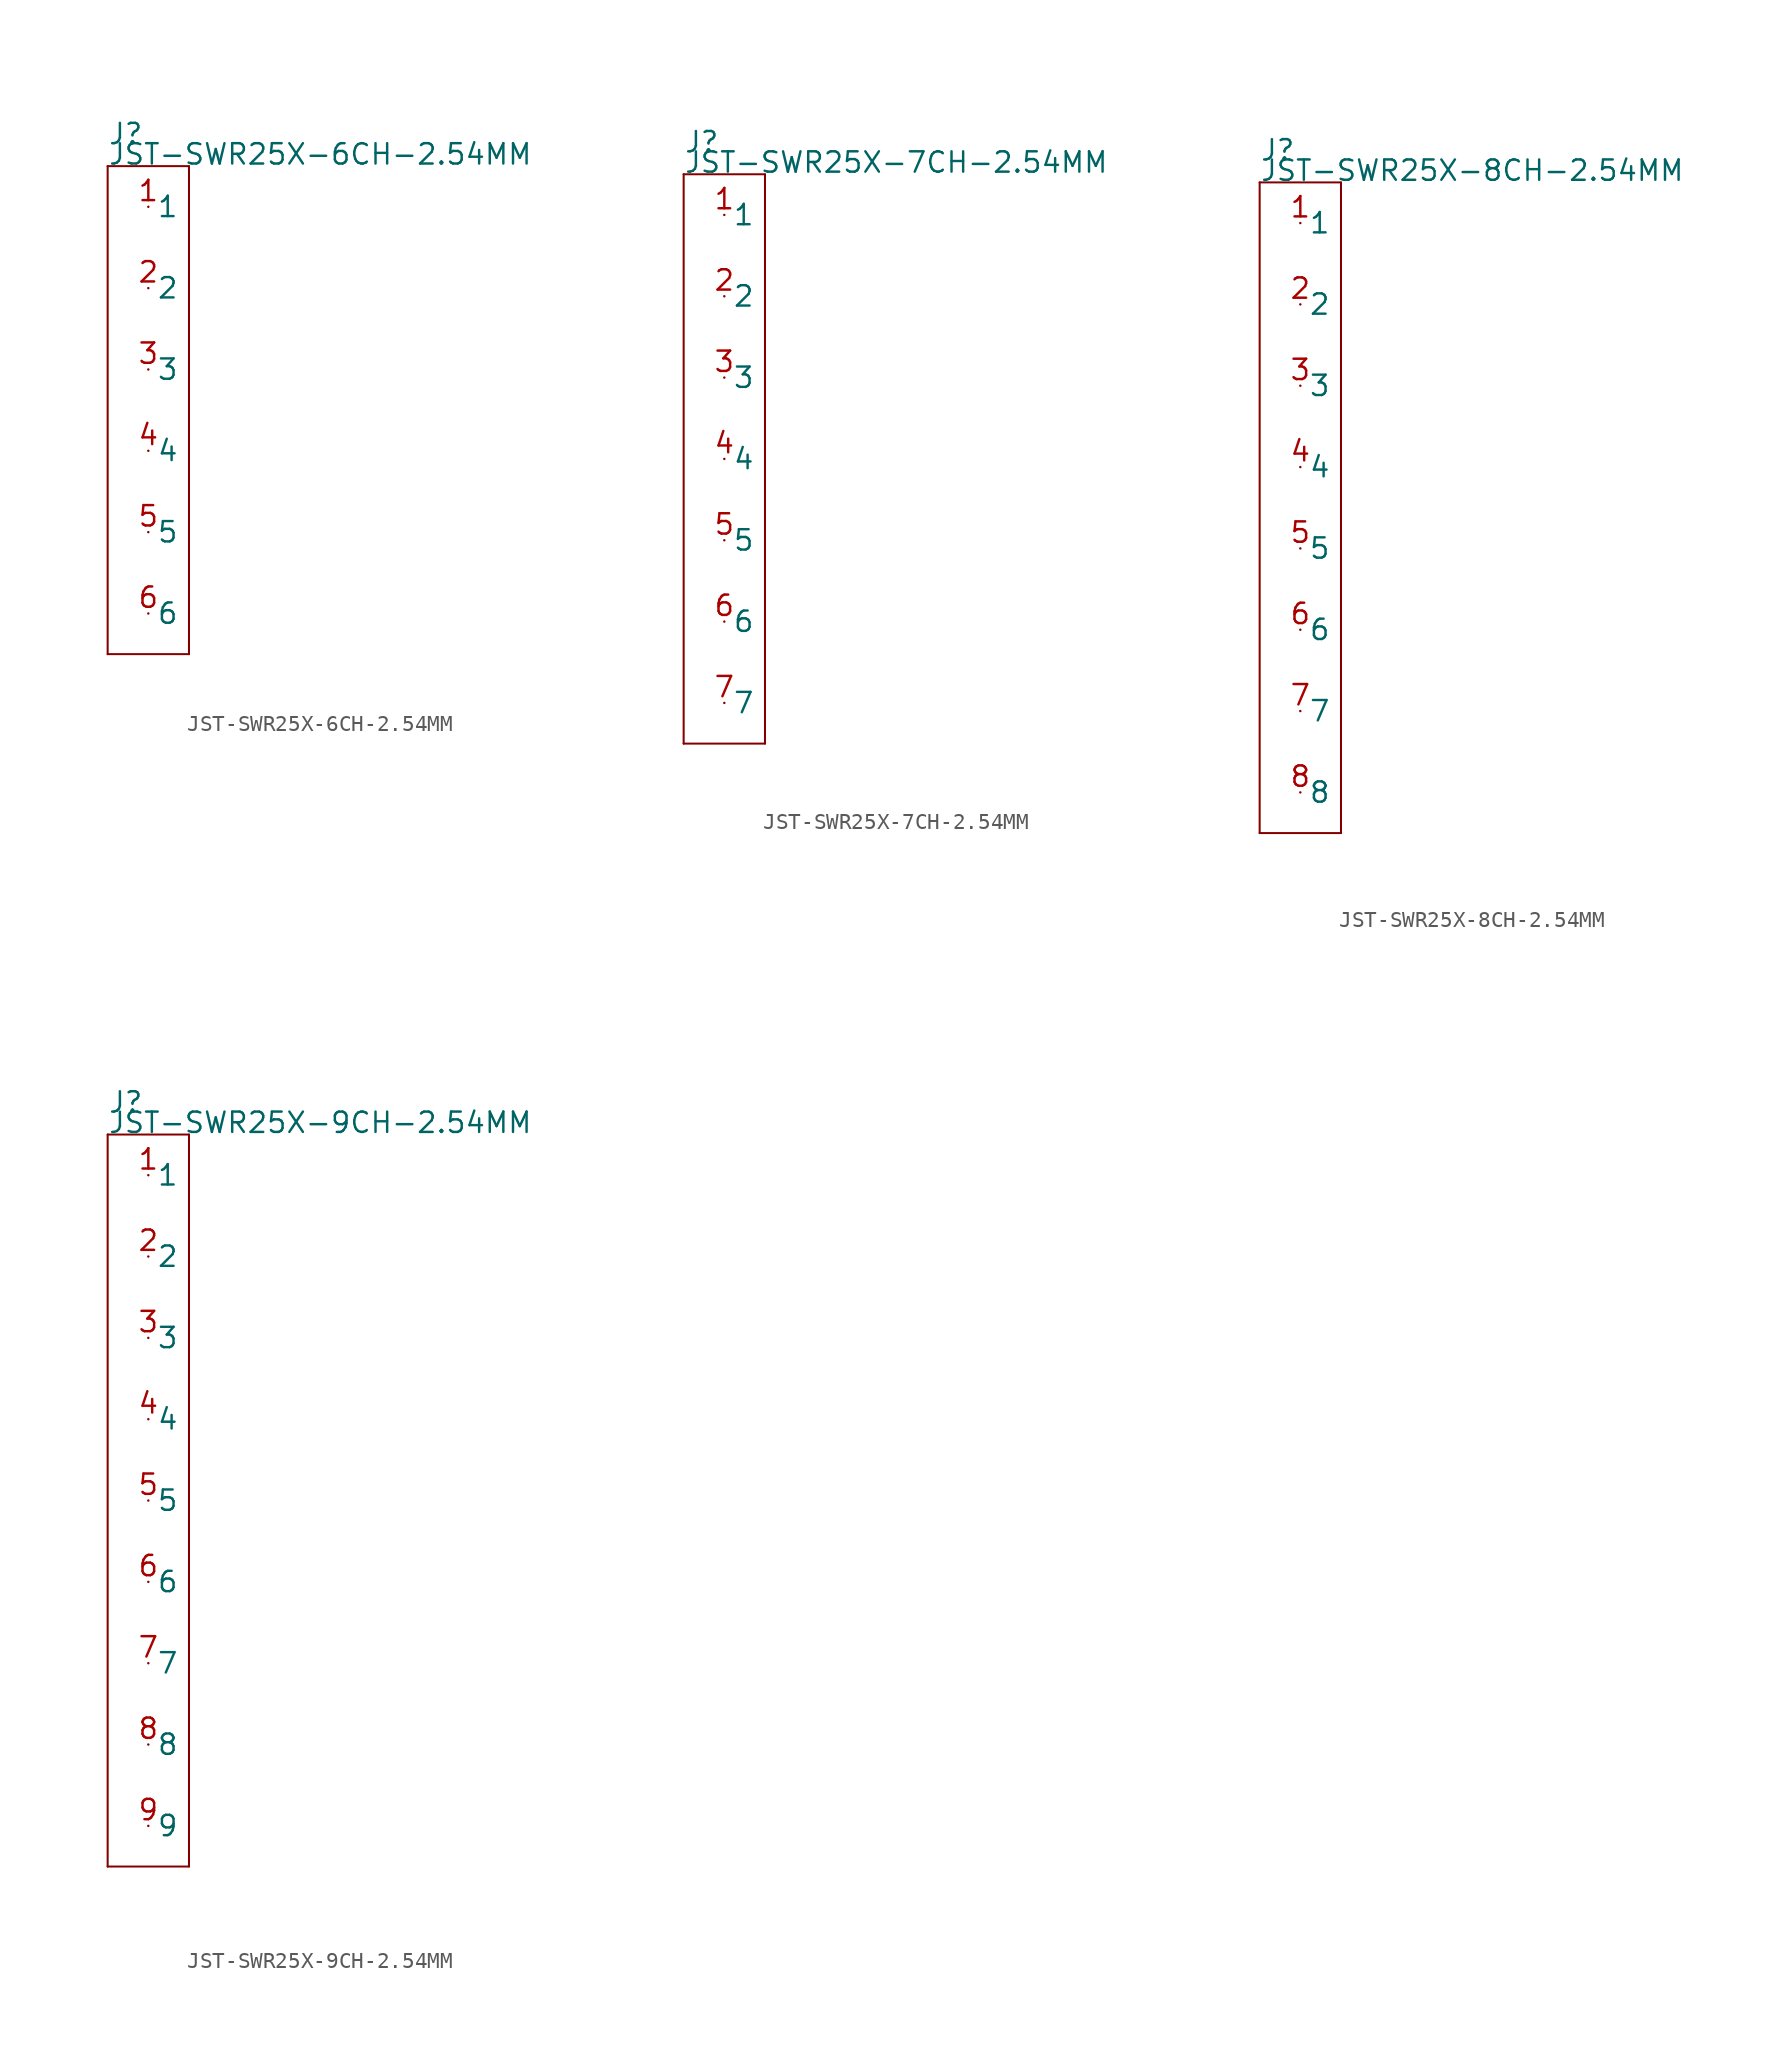
<source format=kicad_sym>
(kicad_symbol_lib
  (version 20211014)
  (generator kicad_symbol_editor)
  (symbol "JST-SWR25X-6CH-2.54MM"
    (pin_names)
    (property "Reference" "J"
      (at -2.54 16.51 0)
      (effects (font (size 1.27 1.27)) (justify left bottom)))
    (property "Value" "JST-SWR25X-6CH-2.54MM"
      (at -2.54 15.24 0)
      (effects (font (size 1.27 1.27)) (justify left bottom)))
    (property "Datasheet" ""
      (at 0 0 0))
    (property "ki_description" " JST 1x6  - Through Hole JST 6POS 2.54MM Technical Specifications: Pitch: 3.96mm "
      (at 0 0 0))
    (property "ki_fp_filters" "FlashPCB_Connectors:JST-SWR25X-NRTC-S6-ST-BA-THT-VERT-6CH-2.54MM FlashPCB_Connectors:JST-SWR25X-NRTC-S6-ST-BA-THT-VERT-6CH-2.54MM-NOSILK FlashPCB_Connectors:JST-SWR25X-NRTC-S6-RA-BA-THT-RA-6CH-2.54MM FlashPCB_Connectors:JST-SWR25X-NRTC-S6-RA-BA-THT-RA-6CH-2.54MM-NOSILK FlashPCB_Connectors:JST-SWR25X-NRTC-S6-ST-BA-THT-VERT-6CH-2.54MM-LONG FlashPCB_Connectors:JST-SWR25X-NRTC-S6-ST-BA-THT-VERT-6CH-2.54MM-LONG-NOSILK FlashPCB_Connectors:JST-SWR25X-NRTC-S6-RA-BA-THT-RA-6CH-2.54MM-LONG FlashPCB_Connectors:JST-SWR25X-NRTC-S6-RA-BA-THT-RA-6CH-2.54MM-LONG-NOSILK"
      (at 0 0 0))
    (symbol "JST-SWR25X-6CH-2.54MM_1_1"
      (polyline (pts (xy -2.54 15.24) (xy 2.54 15.24)) (stroke (width 0.127)) (fill (type none)))
      (polyline (pts (xy 2.54 15.24) (xy 2.54 -15.24)) (stroke (width 0.127)) (fill (type none)))
      (polyline (pts (xy 2.54 -15.24) (xy -2.54 -15.24)) (stroke (width 0.127)) (fill (type none)))
      (polyline (pts (xy -2.54 -15.24) (xy -2.54 15.24)) (stroke (width 0.127)) (fill (type none)))
      (pin bidirectional line (at 0 12.7 0) (length 0) (name "1" (effects (font (size 1.27 1.27)))) (number "1" (effects (font (size 1.27 1.27)))))
      (pin bidirectional line (at 0 7.62 0) (length 0) (name "2" (effects (font (size 1.27 1.27)))) (number "2" (effects (font (size 1.27 1.27)))))
      (pin bidirectional line (at 0 2.54 0) (length 0) (name "3" (effects (font (size 1.27 1.27)))) (number "3" (effects (font (size 1.27 1.27)))))
      (pin bidirectional line (at 0 -2.54 0) (length 0) (name "4" (effects (font (size 1.27 1.27)))) (number "4" (effects (font (size 1.27 1.27)))))
      (pin bidirectional line (at 0 -7.62 0) (length 0) (name "5" (effects (font (size 1.27 1.27)))) (number "5" (effects (font (size 1.27 1.27)))))
      (pin bidirectional line (at 0 -12.7 0) (length 0) (name "6" (effects (font (size 1.27 1.27)))) (number "6" (effects (font (size 1.27 1.27)))))))
  (symbol "JST-SWR25X-7CH-2.54MM"
    (pin_names)
    (property "Reference" "J"
      (at -2.54 19.05 0)
      (effects (font (size 1.27 1.27)) (justify left bottom)))
    (property "Value" "JST-SWR25X-7CH-2.54MM"
      (at -2.54 17.78 0)
      (effects (font (size 1.27 1.27)) (justify left bottom)))
    (property "Datasheet" ""
      (at 0 0 0))
    (property "ki_description" " JST 1x7  - Through Hole JST 7POS 2.54MM Technical Specifications: Pitch: 3.96mm "
      (at 0 0 0))
    (property "ki_fp_filters" "FlashPCB_Connectors:JST-SWR25X-NRTC-S7-ST-BA-THT-VERT-7CH-2.54MM FlashPCB_Connectors:JST-SWR25X-NRTC-S7-ST-BA-THT-VERT-7CH-2.54MM-NOSILK FlashPCB_Connectors:JST-SWR25X-NRTC-S7-RA-BA-THT-RA-7CH-2.54MM FlashPCB_Connectors:JST-SWR25X-NRTC-S7-RA-BA-THT-RA-7CH-2.54MM-NOSILK FlashPCB_Connectors:JST-SWR25X-NRTC-S7-ST-BA-THT-VERT-7CH-2.54MM-LONG FlashPCB_Connectors:JST-SWR25X-NRTC-S7-ST-BA-THT-VERT-7CH-2.54MM-LONG-NOSILK FlashPCB_Connectors:JST-SWR25X-NRTC-S7-RA-BA-THT-RA-7CH-2.54MM-LONG FlashPCB_Connectors:JST-SWR25X-NRTC-S7-RA-BA-THT-RA-7CH-2.54MM-LONG-NOSILK"
      (at 0 0 0))
    (symbol "JST-SWR25X-7CH-2.54MM_1_1"
      (polyline (pts (xy -2.54 17.78) (xy 2.54 17.78)) (stroke (width 0.127)) (fill (type none)))
      (polyline (pts (xy 2.54 17.78) (xy 2.54 -17.78)) (stroke (width 0.127)) (fill (type none)))
      (polyline (pts (xy 2.54 -17.78) (xy -2.54 -17.78)) (stroke (width 0.127)) (fill (type none)))
      (polyline (pts (xy -2.54 -17.78) (xy -2.54 17.78)) (stroke (width 0.127)) (fill (type none)))
      (pin bidirectional line (at 0 15.24 0) (length 0) (name "1" (effects (font (size 1.27 1.27)))) (number "1" (effects (font (size 1.27 1.27)))))
      (pin bidirectional line (at 0 10.16 0) (length 0) (name "2" (effects (font (size 1.27 1.27)))) (number "2" (effects (font (size 1.27 1.27)))))
      (pin bidirectional line (at 0 5.08 0) (length 0) (name "3" (effects (font (size 1.27 1.27)))) (number "3" (effects (font (size 1.27 1.27)))))
      (pin bidirectional line (at 0 0 0) (length 0) (name "4" (effects (font (size 1.27 1.27)))) (number "4" (effects (font (size 1.27 1.27)))))
      (pin bidirectional line (at 0 -5.08 0) (length 0) (name "5" (effects (font (size 1.27 1.27)))) (number "5" (effects (font (size 1.27 1.27)))))
      (pin bidirectional line (at 0 -10.16 0) (length 0) (name "6" (effects (font (size 1.27 1.27)))) (number "6" (effects (font (size 1.27 1.27)))))
      (pin bidirectional line (at 0 -15.24 0) (length 0) (name "7" (effects (font (size 1.27 1.27)))) (number "7" (effects (font (size 1.27 1.27)))))))
  (symbol "JST-SWR25X-8CH-2.54MM"
    (pin_names)
    (property "Reference" "J"
      (at -2.54 21.59 0)
      (effects (font (size 1.27 1.27)) (justify left bottom)))
    (property "Value" "JST-SWR25X-8CH-2.54MM"
      (at -2.54 20.32 0)
      (effects (font (size 1.27 1.27)) (justify left bottom)))
    (property "Datasheet" ""
      (at 0 0 0))
    (property "ki_description" " JST 1x8  - Through Hole JST 8POS 2.54MM Technical Specifications: Pitch: 3.96mm "
      (at 0 0 0))
    (property "ki_fp_filters" "FlashPCB_Connectors:JST-SWR25X-NRTC-S8-ST-BA-THT-VERT-8CH-2.54MM FlashPCB_Connectors:JST-SWR25X-NRTC-S8-ST-BA-THT-VERT-8CH-2.54MM-NOSILK FlashPCB_Connectors:JST-SWR25X-NRTC-S8-RA-BA-THT-RA-8CH-2.54MM FlashPCB_Connectors:JST-SWR25X-NRTC-S8-RA-BA-THT-RA-8CH-2.54MM-NOSILK FlashPCB_Connectors:JST-SWR25X-NRTC-S8-ST-BA-THT-VERT-8CH-2.54MM-LONG FlashPCB_Connectors:JST-SWR25X-NRTC-S8-ST-BA-THT-VERT-8CH-2.54MM-LONG-NOSILK FlashPCB_Connectors:JST-SWR25X-NRTC-S8-RA-BA-THT-RA-8CH-2.54MM-LONG FlashPCB_Connectors:JST-SWR25X-NRTC-S8-RA-BA-THT-RA-8CH-2.54MM-LONG-NOSILK"
      (at 0 0 0))
    (symbol "JST-SWR25X-8CH-2.54MM_1_1"
      (polyline (pts (xy -2.54 20.32) (xy 2.54 20.32)) (stroke (width 0.127)) (fill (type none)))
      (polyline (pts (xy 2.54 20.32) (xy 2.54 -20.32)) (stroke (width 0.127)) (fill (type none)))
      (polyline (pts (xy 2.54 -20.32) (xy -2.54 -20.32)) (stroke (width 0.127)) (fill (type none)))
      (polyline (pts (xy -2.54 -20.32) (xy -2.54 20.32)) (stroke (width 0.127)) (fill (type none)))
      (pin bidirectional line (at 0 17.78 0) (length 0) (name "1" (effects (font (size 1.27 1.27)))) (number "1" (effects (font (size 1.27 1.27)))))
      (pin bidirectional line (at 0 12.7 0) (length 0) (name "2" (effects (font (size 1.27 1.27)))) (number "2" (effects (font (size 1.27 1.27)))))
      (pin bidirectional line (at 0 7.62 0) (length 0) (name "3" (effects (font (size 1.27 1.27)))) (number "3" (effects (font (size 1.27 1.27)))))
      (pin bidirectional line (at 0 2.54 0) (length 0) (name "4" (effects (font (size 1.27 1.27)))) (number "4" (effects (font (size 1.27 1.27)))))
      (pin bidirectional line (at 0 -2.54 0) (length 0) (name "5" (effects (font (size 1.27 1.27)))) (number "5" (effects (font (size 1.27 1.27)))))
      (pin bidirectional line (at 0 -7.62 0) (length 0) (name "6" (effects (font (size 1.27 1.27)))) (number "6" (effects (font (size 1.27 1.27)))))
      (pin bidirectional line (at 0 -12.7 0) (length 0) (name "7" (effects (font (size 1.27 1.27)))) (number "7" (effects (font (size 1.27 1.27)))))
      (pin bidirectional line (at 0 -17.78 0) (length 0) (name "8" (effects (font (size 1.27 1.27)))) (number "8" (effects (font (size 1.27 1.27)))))))
  (symbol "JST-SWR25X-9CH-2.54MM"
    (pin_names)
    (property "Reference" "J"
      (at -2.54 24.13 0)
      (effects (font (size 1.27 1.27)) (justify left bottom)))
    (property "Value" "JST-SWR25X-9CH-2.54MM"
      (at -2.54 22.86 0)
      (effects (font (size 1.27 1.27)) (justify left bottom)))
    (property "Datasheet" ""
      (at 0 0 0))
    (property "ki_description" " JST 1x9  - Through Hole JST 9POS 2.54MM Technical Specifications: Pitch: 3.96mm "
      (at 0 0 0))
    (property "ki_fp_filters" "FlashPCB_Connectors:JST-SWR25X-NRTC-S9-ST-BA-THT-VERT-9CH-2.54MM FlashPCB_Connectors:JST-SWR25X-NRTC-S9-ST-BA-THT-VERT-9CH-2.54MM-NOSILK FlashPCB_Connectors:JST-SWR25X-NRTC-S9-RA-BA-THT-RA-9CH-2.54MM FlashPCB_Connectors:JST-SWR25X-NRTC-S9-RA-BA-THT-RA-9CH-2.54MM-NOSILK FlashPCB_Connectors:JST-SWR25X-NRTC-S9-ST-BA-THT-VERT-9CH-2.54MM-LONG FlashPCB_Connectors:JST-SWR25X-NRTC-S9-ST-BA-THT-VERT-9CH-2.54MM-LONG-NOSILK FlashPCB_Connectors:JST-SWR25X-NRTC-S9-RA-BA-THT-RA-9CH-2.54MM-LONG FlashPCB_Connectors:JST-SWR25X-NRTC-S9-RA-BA-THT-RA-9CH-2.54MM-LONG-NOSILK"
      (at 0 0 0))
    (symbol "JST-SWR25X-9CH-2.54MM_1_1"
      (polyline (pts (xy -2.54 22.86) (xy 2.54 22.86)) (stroke (width 0.127)) (fill (type none)))
      (polyline (pts (xy 2.54 22.86) (xy 2.54 -22.86)) (stroke (width 0.127)) (fill (type none)))
      (polyline (pts (xy 2.54 -22.86) (xy -2.54 -22.86)) (stroke (width 0.127)) (fill (type none)))
      (polyline (pts (xy -2.54 -22.86) (xy -2.54 22.86)) (stroke (width 0.127)) (fill (type none)))
      (pin bidirectional line (at 0 20.32 0) (length 0) (name "1" (effects (font (size 1.27 1.27)))) (number "1" (effects (font (size 1.27 1.27)))))
      (pin bidirectional line (at 0 15.24 0) (length 0) (name "2" (effects (font (size 1.27 1.27)))) (number "2" (effects (font (size 1.27 1.27)))))
      (pin bidirectional line (at 0 10.16 0) (length 0) (name "3" (effects (font (size 1.27 1.27)))) (number "3" (effects (font (size 1.27 1.27)))))
      (pin bidirectional line (at 0 5.08 0) (length 0) (name "4" (effects (font (size 1.27 1.27)))) (number "4" (effects (font (size 1.27 1.27)))))
      (pin bidirectional line (at 0 0 0) (length 0) (name "5" (effects (font (size 1.27 1.27)))) (number "5" (effects (font (size 1.27 1.27)))))
      (pin bidirectional line (at 0 -5.08 0) (length 0) (name "6" (effects (font (size 1.27 1.27)))) (number "6" (effects (font (size 1.27 1.27)))))
      (pin bidirectional line (at 0 -10.16 0) (length 0) (name "7" (effects (font (size 1.27 1.27)))) (number "7" (effects (font (size 1.27 1.27)))))
      (pin bidirectional line (at 0 -15.24 0) (length 0) (name "8" (effects (font (size 1.27 1.27)))) (number "8" (effects (font (size 1.27 1.27)))))
      (pin bidirectional line (at 0 -20.32 0) (length 0) (name "9" (effects (font (size 1.27 1.27)))) (number "9" (effects (font (size 1.27 1.27))))))))
</source>
